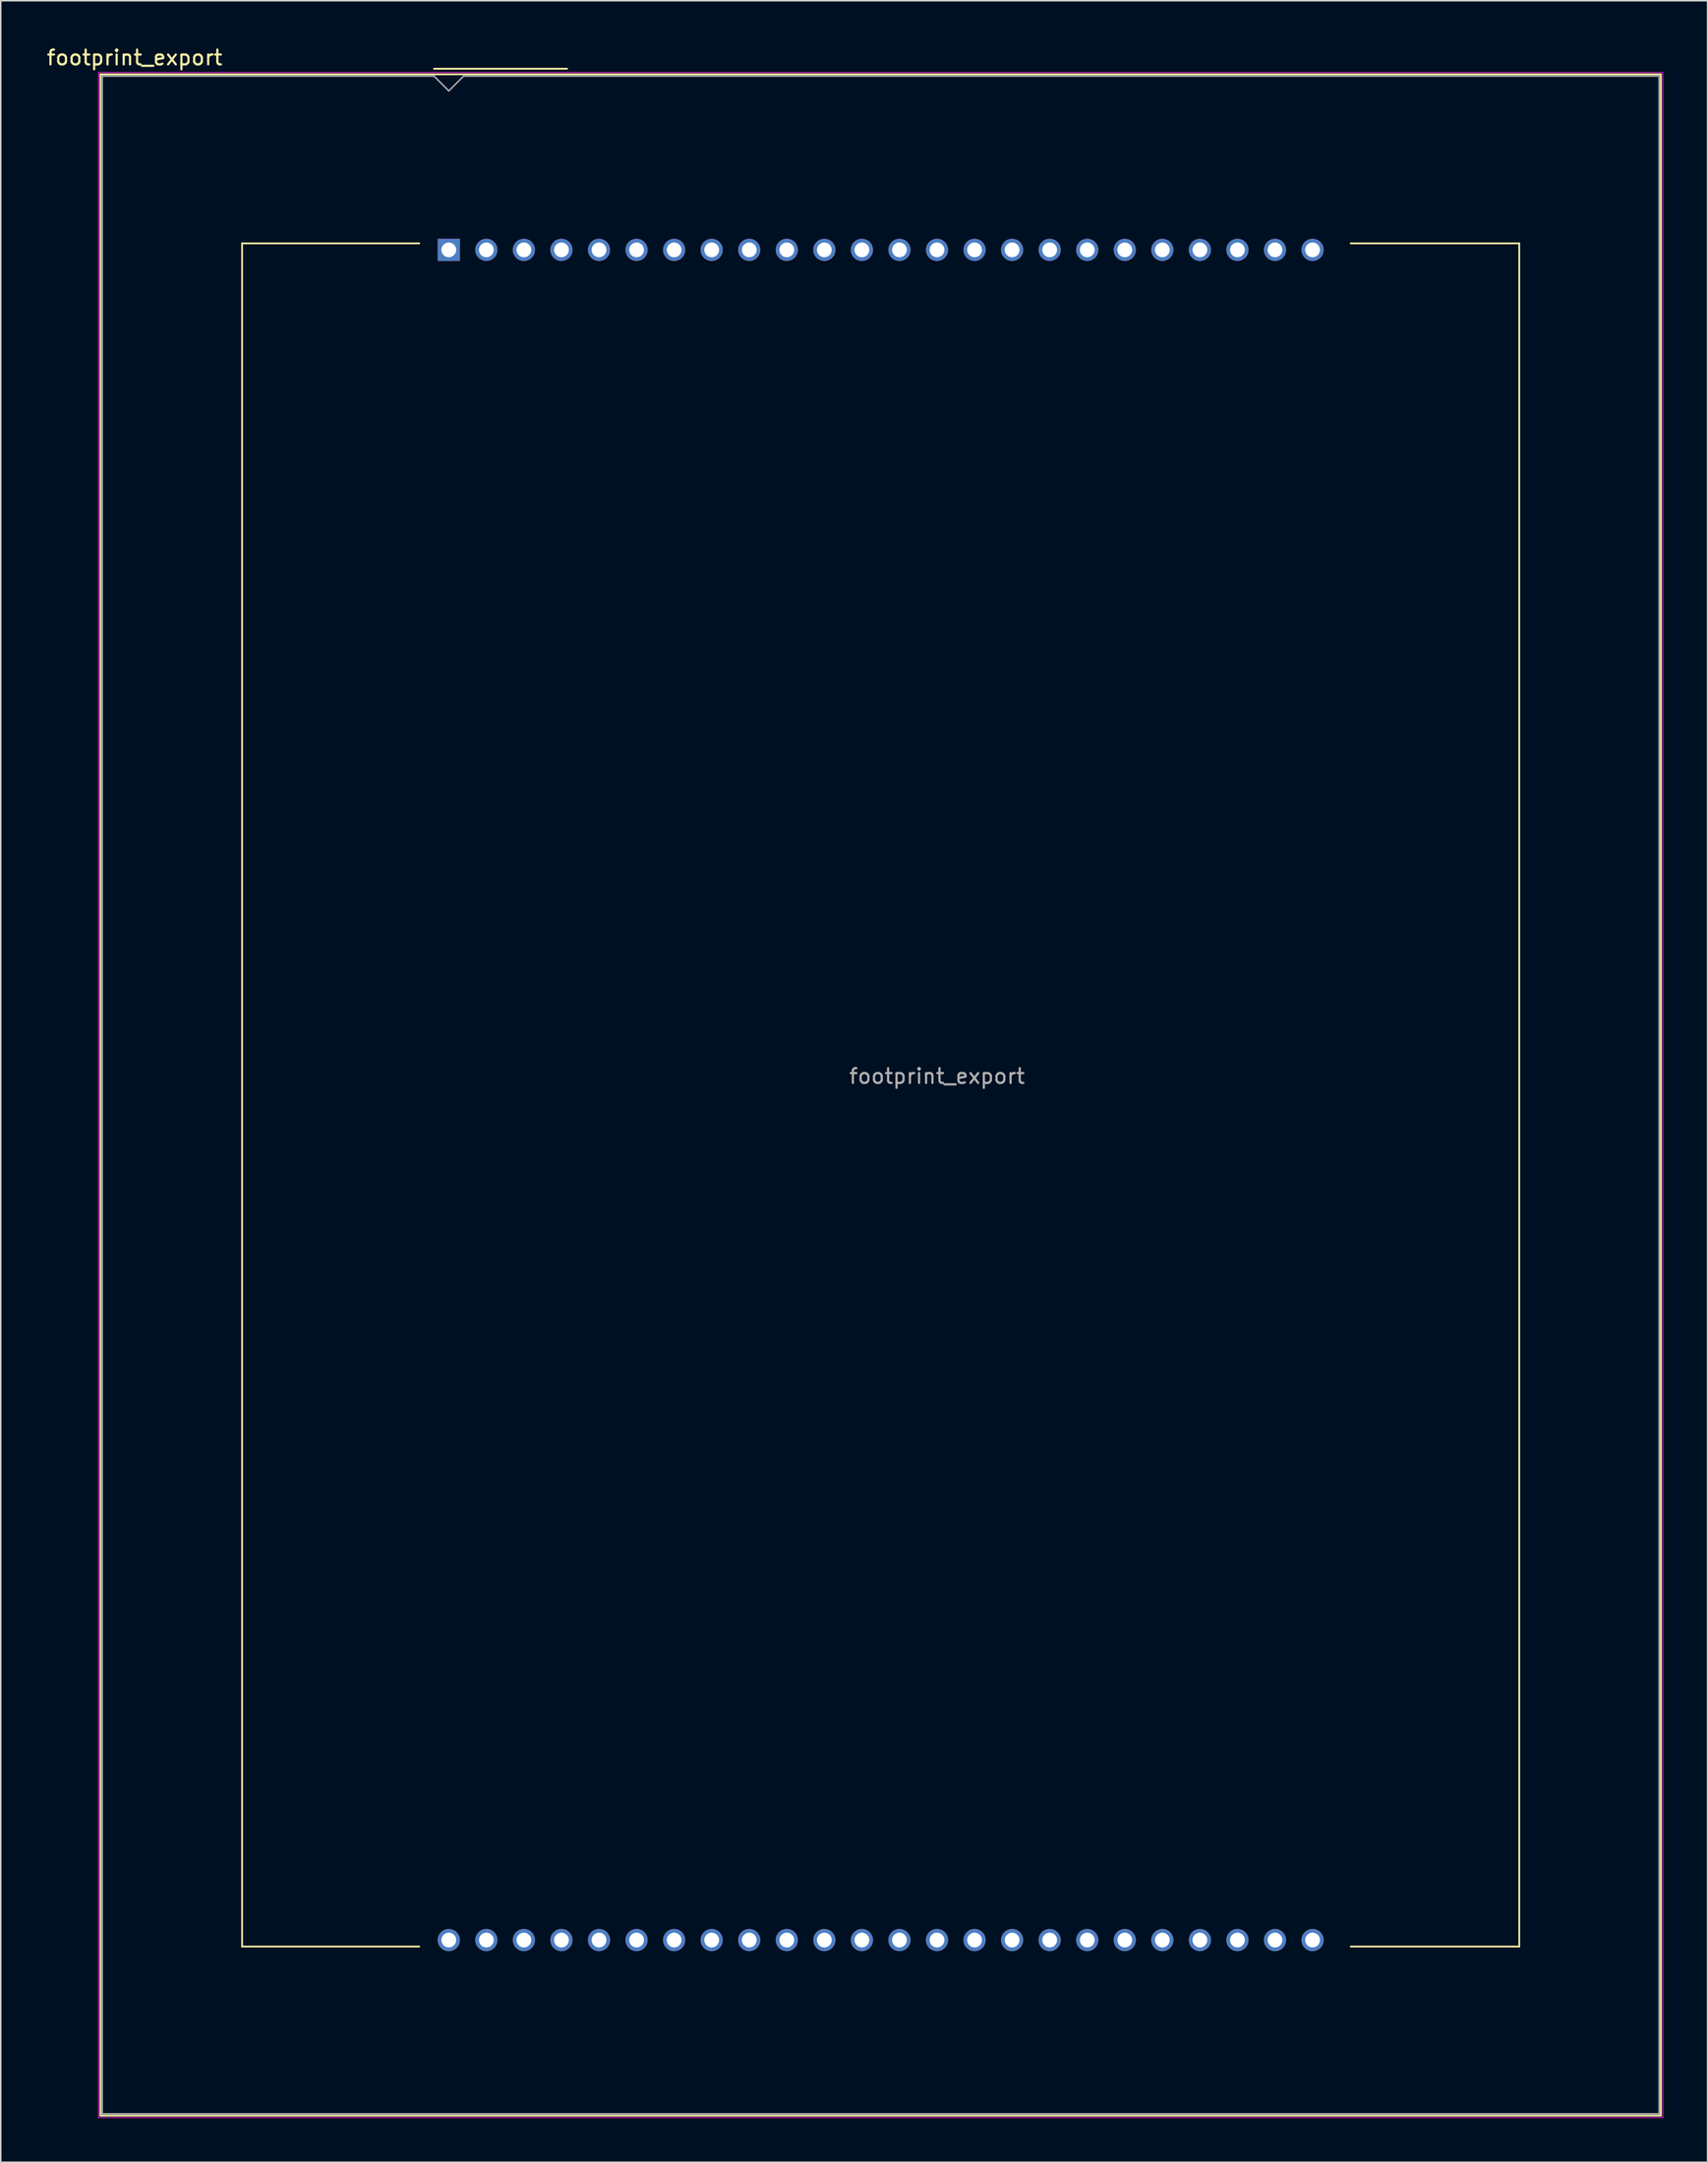
<source format=kicad_pcb>
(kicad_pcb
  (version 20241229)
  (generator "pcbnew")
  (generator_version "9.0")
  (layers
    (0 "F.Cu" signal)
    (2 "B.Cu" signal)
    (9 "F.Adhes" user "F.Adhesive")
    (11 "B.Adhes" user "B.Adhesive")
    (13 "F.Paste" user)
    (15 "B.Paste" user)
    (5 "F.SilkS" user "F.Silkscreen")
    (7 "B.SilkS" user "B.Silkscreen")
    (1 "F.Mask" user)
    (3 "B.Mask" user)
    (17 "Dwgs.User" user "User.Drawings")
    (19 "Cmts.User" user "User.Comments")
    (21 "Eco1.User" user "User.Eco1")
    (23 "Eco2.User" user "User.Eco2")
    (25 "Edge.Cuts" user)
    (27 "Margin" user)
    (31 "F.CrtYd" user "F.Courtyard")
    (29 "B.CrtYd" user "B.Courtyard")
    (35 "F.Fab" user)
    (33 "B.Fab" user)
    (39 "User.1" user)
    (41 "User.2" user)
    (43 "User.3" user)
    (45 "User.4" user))
  (footprint "footprint_export"
    (layer "F.Cu")
    (at 27.304 13.848)
    (property "Reference" "footprint_export" (at -21.25 -13 0) (layer "F.SilkS") (effects (font (size 1 1) (thickness 0.15))))
    (attr through_hole)
    (fp_line (start -23.56 -11.87) (end 81.98 -11.87) (stroke (width 0.12) (type solid)) (layer "F.SilkS"))
    (fp_line (start -23.56 126.17) (end -23.56 -11.87) (stroke (width 0.12) (type solid)) (layer "F.SilkS"))
    (fp_line (start -13.98 -0.44) (end -2 -0.44) (stroke (width 0.12) (type solid)) (layer "F.SilkS"))
    (fp_line (start -13.98 114.74) (end -13.98 -0.44) (stroke (width 0.12) (type solid)) (layer "F.SilkS"))
    (fp_line (start -13.98 114.74) (end -2 114.74) (stroke (width 0.12) (type solid)) (layer "F.SilkS"))
    (fp_line (start -1 -12.25) (end 8 -12.25) (stroke (width 0.12) (type solid)) (layer "F.SilkS"))
    (fp_line (start 61 -0.44) (end 72.4 -0.44) (stroke (width 0.12) (type solid)) (layer "F.SilkS"))
    (fp_line (start 72.4 -0.44) (end 72.4 114.74) (stroke (width 0.12) (type solid)) (layer "F.SilkS"))
    (fp_line (start 72.4 114.74) (end 61 114.74) (stroke (width 0.12) (type solid)) (layer "F.SilkS"))
    (fp_line (start 81.98 -11.87) (end 81.98 126.17) (stroke (width 0.12) (type solid)) (layer "F.SilkS"))
    (fp_line (start 81.98 126.17) (end -23.56 126.17) (stroke (width 0.12) (type solid)) (layer "F.SilkS"))
    (fp_line (start -23.69 -12) (end 82.11 -12) (stroke (width 0.05) (type solid)) (layer "F.CrtYd"))
    (fp_line (start -23.69 126.3) (end -23.69 -12) (stroke (width 0.05) (type solid)) (layer "F.CrtYd"))
    (fp_line (start 82.11 -12) (end 82.11 126.3) (stroke (width 0.05) (type solid)) (layer "F.CrtYd"))
    (fp_line (start 82.11 126.3) (end -23.69 126.3) (stroke (width 0.05) (type solid)) (layer "F.CrtYd"))
    (fp_line (start -23.44 126.05) (end -23.44 -11.75) (stroke (width 0.1) (type solid)) (layer "F.Fab"))
    (fp_line (start -1 -11.75) (end -23.44 -11.75) (stroke (width 0.1) (type solid)) (layer "F.Fab"))
    (fp_line (start 0 -10.75) (end -1 -11.75) (stroke (width 0.1) (type solid)) (layer "F.Fab"))
    (fp_line (start 1 -11.75) (end 0 -10.75) (stroke (width 0.1) (type solid)) (layer "F.Fab"))
    (fp_line (start 1 -11.75) (end 81.86 -11.75) (stroke (width 0.1) (type solid)) (layer "F.Fab"))
    (fp_line (start 81.86 -11.75) (end 81.86 126.05) (stroke (width 0.1) (type solid)) (layer "F.Fab"))
    (fp_line (start 81.86 126.05) (end -23.44 126.05) (stroke (width 0.1) (type solid)) (layer "F.Fab"))
    (fp_text user "${REFERENCE}" (at 33.02 55.88 0) (layer "F.Fab") (effects (font (size 1 1) (thickness 0.15))))
    (pad "1" thru_hole rect (at 0 0) (size 1.5 1.5) (drill 1) (layers "*.Cu" "*.Mask"))
    (pad "2" thru_hole circle (at 2.54 0) (size 1.5 1.5) (drill 1) (layers "*.Cu" "*.Mask"))
    (pad "3" thru_hole circle (at 5.08 0) (size 1.5 1.5) (drill 1) (layers "*.Cu" "*.Mask"))
    (pad "4" thru_hole circle (at 7.62 0) (size 1.5 1.5) (drill 1) (layers "*.Cu" "*.Mask"))
    (pad "5" thru_hole circle (at 10.16 0) (size 1.5 1.5) (drill 1) (layers "*.Cu" "*.Mask"))
    (pad "6" thru_hole circle (at 12.7 0) (size 1.5 1.5) (drill 1) (layers "*.Cu" "*.Mask"))
    (pad "7" thru_hole circle (at 15.24 0) (size 1.5 1.5) (drill 1) (layers "*.Cu" "*.Mask"))
    (pad "8" thru_hole circle (at 17.78 0) (size 1.5 1.5) (drill 1) (layers "*.Cu" "*.Mask"))
    (pad "9" thru_hole circle (at 20.32 0) (size 1.5 1.5) (drill 1) (layers "*.Cu" "*.Mask"))
    (pad "10" thru_hole circle (at 22.86 0) (size 1.5 1.5) (drill 1) (layers "*.Cu" "*.Mask"))
    (pad "11" thru_hole circle (at 25.4 0) (size 1.5 1.5) (drill 1) (layers "*.Cu" "*.Mask"))
    (pad "12" thru_hole circle (at 27.94 0) (size 1.5 1.5) (drill 1) (layers "*.Cu" "*.Mask"))
    (pad "13" thru_hole circle (at 30.48 0) (size 1.5 1.5) (drill 1) (layers "*.Cu" "*.Mask"))
    (pad "14" thru_hole circle (at 33.02 0) (size 1.5 1.5) (drill 1) (layers "*.Cu" "*.Mask"))
    (pad "15" thru_hole circle (at 35.56 0) (size 1.5 1.5) (drill 1) (layers "*.Cu" "*.Mask"))
    (pad "16" thru_hole circle (at 38.1 0) (size 1.5 1.5) (drill 1) (layers "*.Cu" "*.Mask"))
    (pad "17" thru_hole circle (at 40.64 0) (size 1.5 1.5) (drill 1) (layers "*.Cu" "*.Mask"))
    (pad "18" thru_hole circle (at 43.18 0) (size 1.5 1.5) (drill 1) (layers "*.Cu" "*.Mask"))
    (pad "19" thru_hole circle (at 45.72 0) (size 1.5 1.5) (drill 1) (layers "*.Cu" "*.Mask"))
    (pad "20" thru_hole circle (at 48.26 0) (size 1.5 1.5) (drill 1) (layers "*.Cu" "*.Mask"))
    (pad "21" thru_hole circle (at 50.8 0) (size 1.5 1.5) (drill 1) (layers "*.Cu" "*.Mask"))
    (pad "22" thru_hole circle (at 53.34 0) (size 1.5 1.5) (drill 1) (layers "*.Cu" "*.Mask"))
    (pad "23" thru_hole circle (at 55.88 0) (size 1.5 1.5) (drill 1) (layers "*.Cu" "*.Mask"))
    (pad "24" thru_hole circle (at 58.42 0) (size 1.5 1.5) (drill 1) (layers "*.Cu" "*.Mask"))
    (pad "25" thru_hole circle (at 58.42 114.3) (size 1.5 1.5) (drill 1) (layers "*.Cu" "*.Mask"))
    (pad "26" thru_hole circle (at 55.88 114.3) (size 1.5 1.5) (drill 1) (layers "*.Cu" "*.Mask"))
    (pad "27" thru_hole circle (at 53.34 114.3) (size 1.5 1.5) (drill 1) (layers "*.Cu" "*.Mask"))
    (pad "28" thru_hole circle (at 50.8 114.3) (size 1.5 1.5) (drill 1) (layers "*.Cu" "*.Mask"))
    (pad "29" thru_hole circle (at 48.26 114.3) (size 1.5 1.5) (drill 1) (layers "*.Cu" "*.Mask"))
    (pad "30" thru_hole circle (at 45.72 114.3) (size 1.5 1.5) (drill 1) (layers "*.Cu" "*.Mask"))
    (pad "31" thru_hole circle (at 43.18 114.3) (size 1.5 1.5) (drill 1) (layers "*.Cu" "*.Mask"))
    (pad "32" thru_hole circle (at 40.64 114.3) (size 1.5 1.5) (drill 1) (layers "*.Cu" "*.Mask"))
    (pad "33" thru_hole circle (at 38.1 114.3) (size 1.5 1.5) (drill 1) (layers "*.Cu" "*.Mask"))
    (pad "34" thru_hole circle (at 35.56 114.3) (size 1.5 1.5) (drill 1) (layers "*.Cu" "*.Mask"))
    (pad "35" thru_hole circle (at 33.02 114.3) (size 1.5 1.5) (drill 1) (layers "*.Cu" "*.Mask"))
    (pad "36" thru_hole circle (at 30.48 114.3) (size 1.5 1.5) (drill 1) (layers "*.Cu" "*.Mask"))
    (pad "37" thru_hole circle (at 27.94 114.3) (size 1.5 1.5) (drill 1) (layers "*.Cu" "*.Mask"))
    (pad "38" thru_hole circle (at 25.4 114.3) (size 1.5 1.5) (drill 1) (layers "*.Cu" "*.Mask"))
    (pad "39" thru_hole circle (at 22.86 114.3) (size 1.5 1.5) (drill 1) (layers "*.Cu" "*.Mask"))
    (pad "40" thru_hole circle (at 20.32 114.3) (size 1.5 1.5) (drill 1) (layers "*.Cu" "*.Mask"))
    (pad "41" thru_hole circle (at 17.78 114.3) (size 1.5 1.5) (drill 1) (layers "*.Cu" "*.Mask"))
    (pad "42" thru_hole circle (at 15.24 114.3) (size 1.5 1.5) (drill 1) (layers "*.Cu" "*.Mask"))
    (pad "43" thru_hole circle (at 12.7 114.3) (size 1.5 1.5) (drill 1) (layers "*.Cu" "*.Mask"))
    (pad "44" thru_hole circle (at 10.16 114.3) (size 1.5 1.5) (drill 1) (layers "*.Cu" "*.Mask"))
    (pad "45" thru_hole circle (at 7.62 114.3) (size 1.5 1.5) (drill 1) (layers "*.Cu" "*.Mask"))
    (pad "46" thru_hole circle (at 5.08 114.3) (size 1.5 1.5) (drill 1) (layers "*.Cu" "*.Mask"))
    (pad "47" thru_hole circle (at 2.54 114.3) (size 1.5 1.5) (drill 1) (layers "*.Cu" "*.Mask"))
    (pad "48" thru_hole circle (at 0 114.3) (size 1.5 1.5) (drill 1) (layers "*.Cu" "*.Mask")))
  (gr_rect
    (start -3 -3)
    (end 112.439 143.173)
    (stroke (width 0.1) (type default))
    (fill no)
    (layer "Edge.Cuts")))
</source>
